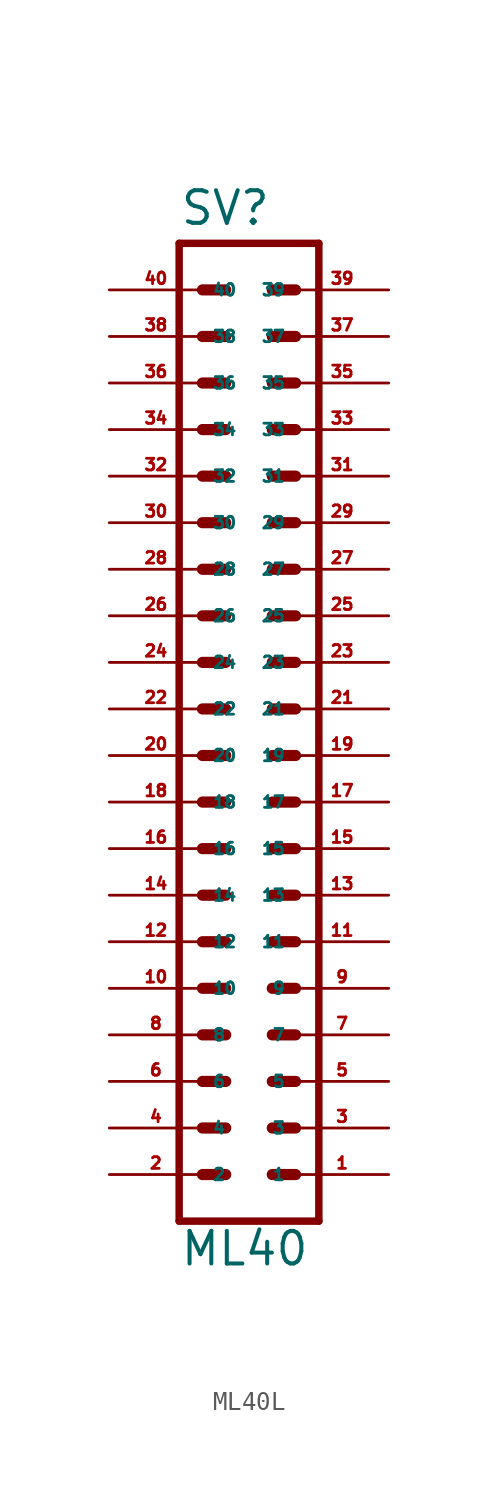
<source format=kicad_sym>
(kicad_symbol_lib
  (version 20220914)
  (generator Eagle2Kicad)
  (symbol "ML40L"
    (property "Reference" "SV"
      (at -3.81 26.289 0)
      (effects (font (size 1.778 1.778) (thickness 0.22)) (justify left bottom)))
    (property "Value" "ML40"
      (at -3.81 -30.48 0)
      (effects (font (size 1.778 1.778) (thickness 0.22)) (justify left bottom)))
    (polyline
      (pts (xy 3.81 -27.94) (xy -3.81 -27.94))
      (stroke (width 0.406) (type default))
      (fill (type none)))
    (polyline
      (pts (xy -3.81 25.4) (xy -3.81 -27.94))
      (stroke (width 0.406) (type default))
      (fill (type none)))
    (polyline
      (pts (xy -3.81 25.4) (xy 3.81 25.4))
      (stroke (width 0.406) (type default))
      (fill (type none)))
    (polyline
      (pts (xy 3.81 -27.94) (xy 3.81 25.4))
      (stroke (width 0.406) (type default))
      (fill (type none)))
    (polyline
      (pts (xy 1.27 -15.24) (xy 2.54 -15.24))
      (stroke (width 0.61) (type default))
      (fill (type none)))
    (polyline
      (pts (xy 1.27 -17.78) (xy 2.54 -17.78))
      (stroke (width 0.61) (type default))
      (fill (type none)))
    (polyline
      (pts (xy 1.27 -20.32) (xy 2.54 -20.32))
      (stroke (width 0.61) (type default))
      (fill (type none)))
    (polyline
      (pts (xy 1.27 -22.86) (xy 2.54 -22.86))
      (stroke (width 0.61) (type default))
      (fill (type none)))
    (polyline
      (pts (xy 1.27 -25.4) (xy 2.54 -25.4))
      (stroke (width 0.61) (type default))
      (fill (type none)))
    (polyline
      (pts (xy -2.54 -15.24) (xy -1.27 -15.24))
      (stroke (width 0.61) (type default))
      (fill (type none)))
    (polyline
      (pts (xy -2.54 -17.78) (xy -1.27 -17.78))
      (stroke (width 0.61) (type default))
      (fill (type none)))
    (polyline
      (pts (xy -2.54 -20.32) (xy -1.27 -20.32))
      (stroke (width 0.61) (type default))
      (fill (type none)))
    (polyline
      (pts (xy -2.54 -22.86) (xy -1.27 -22.86))
      (stroke (width 0.61) (type default))
      (fill (type none)))
    (polyline
      (pts (xy -2.54 -25.4) (xy -1.27 -25.4))
      (stroke (width 0.61) (type default))
      (fill (type none)))
    (polyline
      (pts (xy 1.27 -12.7) (xy 2.54 -12.7))
      (stroke (width 0.61) (type default))
      (fill (type none)))
    (polyline
      (pts (xy 1.27 -10.16) (xy 2.54 -10.16))
      (stroke (width 0.61) (type default))
      (fill (type none)))
    (polyline
      (pts (xy 1.27 -7.62) (xy 2.54 -7.62))
      (stroke (width 0.61) (type default))
      (fill (type none)))
    (polyline
      (pts (xy 1.27 -5.08) (xy 2.54 -5.08))
      (stroke (width 0.61) (type default))
      (fill (type none)))
    (polyline
      (pts (xy 1.27 -2.54) (xy 2.54 -2.54))
      (stroke (width 0.61) (type default))
      (fill (type none)))
    (polyline
      (pts (xy -2.54 -12.7) (xy -1.27 -12.7))
      (stroke (width 0.61) (type default))
      (fill (type none)))
    (polyline
      (pts (xy -2.54 -10.16) (xy -1.27 -10.16))
      (stroke (width 0.61) (type default))
      (fill (type none)))
    (polyline
      (pts (xy -2.54 -7.62) (xy -1.27 -7.62))
      (stroke (width 0.61) (type default))
      (fill (type none)))
    (polyline
      (pts (xy -2.54 -5.08) (xy -1.27 -5.08))
      (stroke (width 0.61) (type default))
      (fill (type none)))
    (polyline
      (pts (xy -2.54 -2.54) (xy -1.27 -2.54))
      (stroke (width 0.61) (type default))
      (fill (type none)))
    (polyline
      (pts (xy 1.27 0) (xy 2.54 0))
      (stroke (width 0.61) (type default))
      (fill (type none)))
    (polyline
      (pts (xy 1.27 2.54) (xy 2.54 2.54))
      (stroke (width 0.61) (type default))
      (fill (type none)))
    (polyline
      (pts (xy 1.27 5.08) (xy 2.54 5.08))
      (stroke (width 0.61) (type default))
      (fill (type none)))
    (polyline
      (pts (xy -2.54 0) (xy -1.27 0))
      (stroke (width 0.61) (type default))
      (fill (type none)))
    (polyline
      (pts (xy -2.54 2.54) (xy -1.27 2.54))
      (stroke (width 0.61) (type default))
      (fill (type none)))
    (polyline
      (pts (xy -2.54 5.08) (xy -1.27 5.08))
      (stroke (width 0.61) (type default))
      (fill (type none)))
    (polyline
      (pts (xy 1.27 7.62) (xy 2.54 7.62))
      (stroke (width 0.61) (type default))
      (fill (type none)))
    (polyline
      (pts (xy 1.27 10.16) (xy 2.54 10.16))
      (stroke (width 0.61) (type default))
      (fill (type none)))
    (polyline
      (pts (xy 1.27 12.7) (xy 2.54 12.7))
      (stroke (width 0.61) (type default))
      (fill (type none)))
    (polyline
      (pts (xy 1.27 15.24) (xy 2.54 15.24))
      (stroke (width 0.61) (type default))
      (fill (type none)))
    (polyline
      (pts (xy 1.27 17.78) (xy 2.54 17.78))
      (stroke (width 0.61) (type default))
      (fill (type none)))
    (polyline
      (pts (xy 1.27 20.32) (xy 2.54 20.32))
      (stroke (width 0.61) (type default))
      (fill (type none)))
    (polyline
      (pts (xy 1.27 22.86) (xy 2.54 22.86))
      (stroke (width 0.61) (type default))
      (fill (type none)))
    (polyline
      (pts (xy -2.54 7.62) (xy -1.27 7.62))
      (stroke (width 0.61) (type default))
      (fill (type none)))
    (polyline
      (pts (xy -2.54 10.16) (xy -1.27 10.16))
      (stroke (width 0.61) (type default))
      (fill (type none)))
    (polyline
      (pts (xy -2.54 12.7) (xy -1.27 12.7))
      (stroke (width 0.61) (type default))
      (fill (type none)))
    (polyline
      (pts (xy -2.54 15.24) (xy -1.27 15.24))
      (stroke (width 0.61) (type default))
      (fill (type none)))
    (polyline
      (pts (xy -2.54 17.78) (xy -1.27 17.78))
      (stroke (width 0.61) (type default))
      (fill (type none)))
    (polyline
      (pts (xy -2.54 20.32) (xy -1.27 20.32))
      (stroke (width 0.61) (type default))
      (fill (type none)))
    (polyline
      (pts (xy -2.54 22.86) (xy -1.27 22.86))
      (stroke (width 0.61) (type default))
      (fill (type none)))
    (pin passive line
      (at 7.62 -25.4 180)
      (length 5.08)
      (name "1" (effects (font (size 0.635 0.635) (thickness 0.08)) (justify left bottom)))
      (number "1" (effects (font (size 0.635 0.635) (thickness 0.08)) (justify left bottom))))
    (pin passive line
      (at 7.62 -22.86 180)
      (length 5.08)
      (name "3" (effects (font (size 0.635 0.635) (thickness 0.08)) (justify left bottom)))
      (number "3" (effects (font (size 0.635 0.635) (thickness 0.08)) (justify left bottom))))
    (pin passive line
      (at 7.62 -20.32 180)
      (length 5.08)
      (name "5" (effects (font (size 0.635 0.635) (thickness 0.08)) (justify left bottom)))
      (number "5" (effects (font (size 0.635 0.635) (thickness 0.08)) (justify left bottom))))
    (pin passive line
      (at 7.62 -17.78 180)
      (length 5.08)
      (name "7" (effects (font (size 0.635 0.635) (thickness 0.08)) (justify left bottom)))
      (number "7" (effects (font (size 0.635 0.635) (thickness 0.08)) (justify left bottom))))
    (pin passive line
      (at 7.62 -15.24 180)
      (length 5.08)
      (name "9" (effects (font (size 0.635 0.635) (thickness 0.08)) (justify left bottom)))
      (number "9" (effects (font (size 0.635 0.635) (thickness 0.08)) (justify left bottom))))
    (pin passive line
      (at 7.62 -12.7 180)
      (length 5.08)
      (name "11" (effects (font (size 0.635 0.635) (thickness 0.08)) (justify left bottom)))
      (number "11" (effects (font (size 0.635 0.635) (thickness 0.08)) (justify left bottom))))
    (pin passive line
      (at 7.62 -10.16 180)
      (length 5.08)
      (name "13" (effects (font (size 0.635 0.635) (thickness 0.08)) (justify left bottom)))
      (number "13" (effects (font (size 0.635 0.635) (thickness 0.08)) (justify left bottom))))
    (pin passive line
      (at 7.62 -7.62 180)
      (length 5.08)
      (name "15" (effects (font (size 0.635 0.635) (thickness 0.08)) (justify left bottom)))
      (number "15" (effects (font (size 0.635 0.635) (thickness 0.08)) (justify left bottom))))
    (pin passive line
      (at 7.62 -5.08 180)
      (length 5.08)
      (name "17" (effects (font (size 0.635 0.635) (thickness 0.08)) (justify left bottom)))
      (number "17" (effects (font (size 0.635 0.635) (thickness 0.08)) (justify left bottom))))
    (pin passive line
      (at 7.62 -2.54 180)
      (length 5.08)
      (name "19" (effects (font (size 0.635 0.635) (thickness 0.08)) (justify left bottom)))
      (number "19" (effects (font (size 0.635 0.635) (thickness 0.08)) (justify left bottom))))
    (pin passive line
      (at 7.62 0 180)
      (length 5.08)
      (name "21" (effects (font (size 0.635 0.635) (thickness 0.08)) (justify left bottom)))
      (number "21" (effects (font (size 0.635 0.635) (thickness 0.08)) (justify left bottom))))
    (pin passive line
      (at 7.62 2.54 180)
      (length 5.08)
      (name "23" (effects (font (size 0.635 0.635) (thickness 0.08)) (justify left bottom)))
      (number "23" (effects (font (size 0.635 0.635) (thickness 0.08)) (justify left bottom))))
    (pin passive line
      (at 7.62 5.08 180)
      (length 5.08)
      (name "25" (effects (font (size 0.635 0.635) (thickness 0.08)) (justify left bottom)))
      (number "25" (effects (font (size 0.635 0.635) (thickness 0.08)) (justify left bottom))))
    (pin passive line
      (at 7.62 7.62 180)
      (length 5.08)
      (name "27" (effects (font (size 0.635 0.635) (thickness 0.08)) (justify left bottom)))
      (number "27" (effects (font (size 0.635 0.635) (thickness 0.08)) (justify left bottom))))
    (pin passive line
      (at 7.62 10.16 180)
      (length 5.08)
      (name "29" (effects (font (size 0.635 0.635) (thickness 0.08)) (justify left bottom)))
      (number "29" (effects (font (size 0.635 0.635) (thickness 0.08)) (justify left bottom))))
    (pin passive line
      (at 7.62 12.7 180)
      (length 5.08)
      (name "31" (effects (font (size 0.635 0.635) (thickness 0.08)) (justify left bottom)))
      (number "31" (effects (font (size 0.635 0.635) (thickness 0.08)) (justify left bottom))))
    (pin passive line
      (at 7.62 15.24 180)
      (length 5.08)
      (name "33" (effects (font (size 0.635 0.635) (thickness 0.08)) (justify left bottom)))
      (number "33" (effects (font (size 0.635 0.635) (thickness 0.08)) (justify left bottom))))
    (pin passive line
      (at 7.62 17.78 180)
      (length 5.08)
      (name "35" (effects (font (size 0.635 0.635) (thickness 0.08)) (justify left bottom)))
      (number "35" (effects (font (size 0.635 0.635) (thickness 0.08)) (justify left bottom))))
    (pin passive line
      (at 7.62 20.32 180)
      (length 5.08)
      (name "37" (effects (font (size 0.635 0.635) (thickness 0.08)) (justify left bottom)))
      (number "37" (effects (font (size 0.635 0.635) (thickness 0.08)) (justify left bottom))))
    (pin passive line
      (at 7.62 22.86 180)
      (length 5.08)
      (name "39" (effects (font (size 0.635 0.635) (thickness 0.08)) (justify left bottom)))
      (number "39" (effects (font (size 0.635 0.635) (thickness 0.08)) (justify left bottom))))
    (pin passive line
      (at -7.62 -25.4 0)
      (length 5.08)
      (name "2" (effects (font (size 0.635 0.635) (thickness 0.08)) (justify left bottom)))
      (number "2" (effects (font (size 0.635 0.635) (thickness 0.08)) (justify left bottom))))
    (pin passive line
      (at -7.62 -22.86 0)
      (length 5.08)
      (name "4" (effects (font (size 0.635 0.635) (thickness 0.08)) (justify left bottom)))
      (number "4" (effects (font (size 0.635 0.635) (thickness 0.08)) (justify left bottom))))
    (pin passive line
      (at -7.62 -20.32 0)
      (length 5.08)
      (name "6" (effects (font (size 0.635 0.635) (thickness 0.08)) (justify left bottom)))
      (number "6" (effects (font (size 0.635 0.635) (thickness 0.08)) (justify left bottom))))
    (pin passive line
      (at -7.62 -17.78 0)
      (length 5.08)
      (name "8" (effects (font (size 0.635 0.635) (thickness 0.08)) (justify left bottom)))
      (number "8" (effects (font (size 0.635 0.635) (thickness 0.08)) (justify left bottom))))
    (pin passive line
      (at -7.62 -15.24 0)
      (length 5.08)
      (name "10" (effects (font (size 0.635 0.635) (thickness 0.08)) (justify left bottom)))
      (number "10" (effects (font (size 0.635 0.635) (thickness 0.08)) (justify left bottom))))
    (pin passive line
      (at -7.62 -12.7 0)
      (length 5.08)
      (name "12" (effects (font (size 0.635 0.635) (thickness 0.08)) (justify left bottom)))
      (number "12" (effects (font (size 0.635 0.635) (thickness 0.08)) (justify left bottom))))
    (pin passive line
      (at -7.62 -10.16 0)
      (length 5.08)
      (name "14" (effects (font (size 0.635 0.635) (thickness 0.08)) (justify left bottom)))
      (number "14" (effects (font (size 0.635 0.635) (thickness 0.08)) (justify left bottom))))
    (pin passive line
      (at -7.62 -7.62 0)
      (length 5.08)
      (name "16" (effects (font (size 0.635 0.635) (thickness 0.08)) (justify left bottom)))
      (number "16" (effects (font (size 0.635 0.635) (thickness 0.08)) (justify left bottom))))
    (pin passive line
      (at -7.62 -5.08 0)
      (length 5.08)
      (name "18" (effects (font (size 0.635 0.635) (thickness 0.08)) (justify left bottom)))
      (number "18" (effects (font (size 0.635 0.635) (thickness 0.08)) (justify left bottom))))
    (pin passive line
      (at -7.62 -2.54 0)
      (length 5.08)
      (name "20" (effects (font (size 0.635 0.635) (thickness 0.08)) (justify left bottom)))
      (number "20" (effects (font (size 0.635 0.635) (thickness 0.08)) (justify left bottom))))
    (pin passive line
      (at -7.62 0 0)
      (length 5.08)
      (name "22" (effects (font (size 0.635 0.635) (thickness 0.08)) (justify left bottom)))
      (number "22" (effects (font (size 0.635 0.635) (thickness 0.08)) (justify left bottom))))
    (pin passive line
      (at -7.62 2.54 0)
      (length 5.08)
      (name "24" (effects (font (size 0.635 0.635) (thickness 0.08)) (justify left bottom)))
      (number "24" (effects (font (size 0.635 0.635) (thickness 0.08)) (justify left bottom))))
    (pin passive line
      (at -7.62 5.08 0)
      (length 5.08)
      (name "26" (effects (font (size 0.635 0.635) (thickness 0.08)) (justify left bottom)))
      (number "26" (effects (font (size 0.635 0.635) (thickness 0.08)) (justify left bottom))))
    (pin passive line
      (at -7.62 7.62 0)
      (length 5.08)
      (name "28" (effects (font (size 0.635 0.635) (thickness 0.08)) (justify left bottom)))
      (number "28" (effects (font (size 0.635 0.635) (thickness 0.08)) (justify left bottom))))
    (pin passive line
      (at -7.62 10.16 0)
      (length 5.08)
      (name "30" (effects (font (size 0.635 0.635) (thickness 0.08)) (justify left bottom)))
      (number "30" (effects (font (size 0.635 0.635) (thickness 0.08)) (justify left bottom))))
    (pin passive line
      (at -7.62 12.7 0)
      (length 5.08)
      (name "32" (effects (font (size 0.635 0.635) (thickness 0.08)) (justify left bottom)))
      (number "32" (effects (font (size 0.635 0.635) (thickness 0.08)) (justify left bottom))))
    (pin passive line
      (at -7.62 15.24 0)
      (length 5.08)
      (name "34" (effects (font (size 0.635 0.635) (thickness 0.08)) (justify left bottom)))
      (number "34" (effects (font (size 0.635 0.635) (thickness 0.08)) (justify left bottom))))
    (pin passive line
      (at -7.62 17.78 0)
      (length 5.08)
      (name "36" (effects (font (size 0.635 0.635) (thickness 0.08)) (justify left bottom)))
      (number "36" (effects (font (size 0.635 0.635) (thickness 0.08)) (justify left bottom))))
    (pin passive line
      (at -7.62 20.32 0)
      (length 5.08)
      (name "38" (effects (font (size 0.635 0.635) (thickness 0.08)) (justify left bottom)))
      (number "38" (effects (font (size 0.635 0.635) (thickness 0.08)) (justify left bottom))))
    (pin passive line
      (at -7.62 22.86 0)
      (length 5.08)
      (name "40" (effects (font (size 0.635 0.635) (thickness 0.08)) (justify left bottom)))
      (number "40" (effects (font (size 0.635 0.635) (thickness 0.08)) (justify left bottom))))))
</source>
